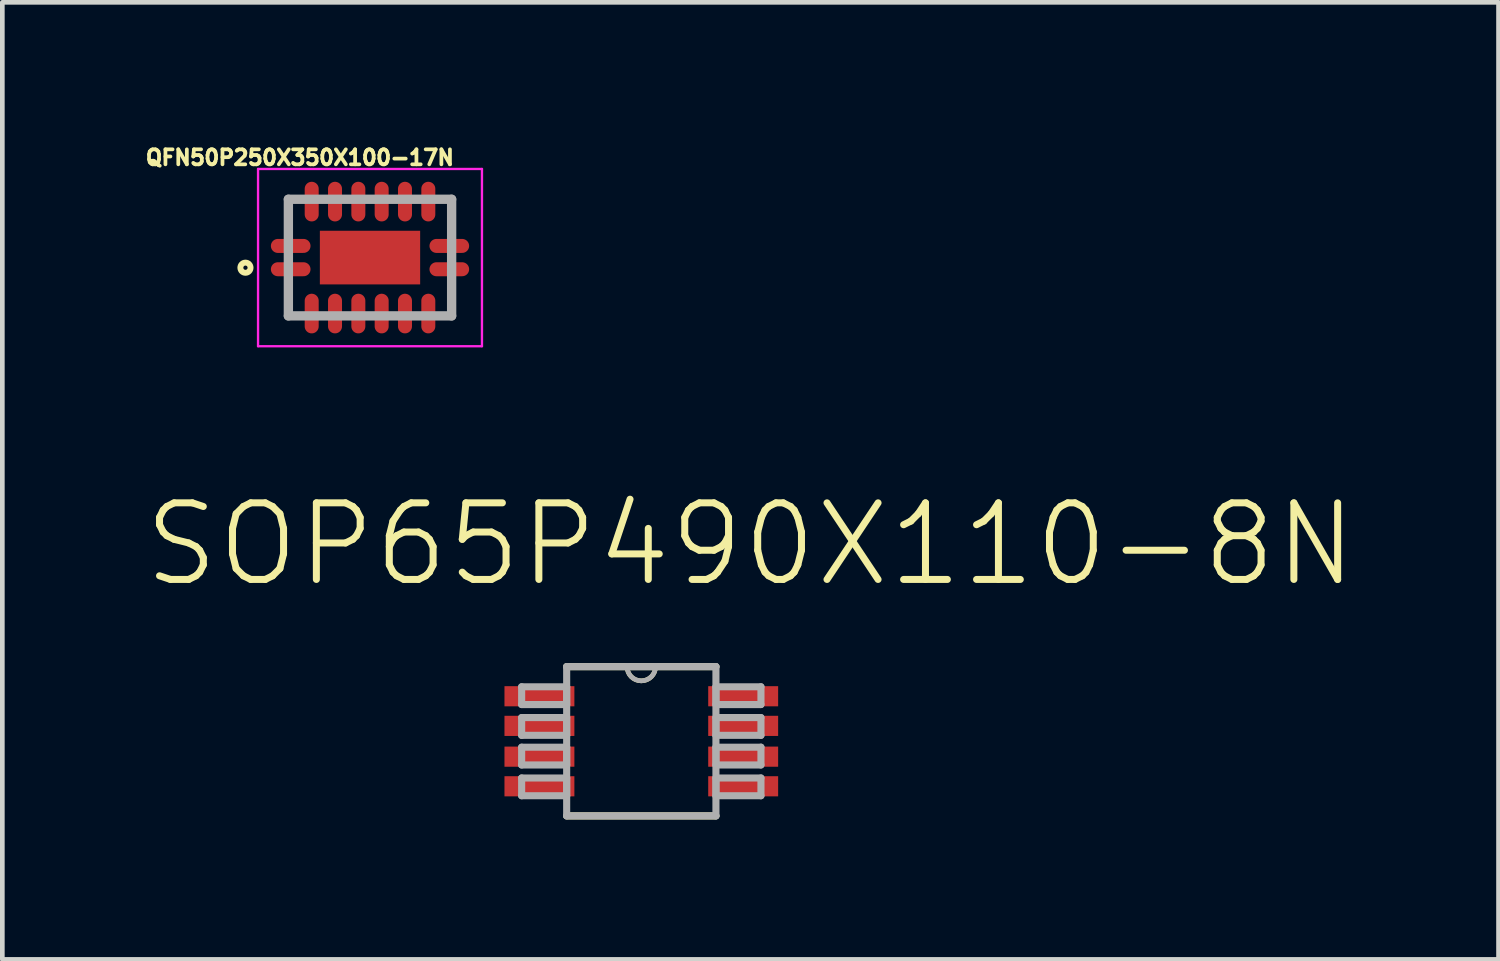
<source format=kicad_pcb>
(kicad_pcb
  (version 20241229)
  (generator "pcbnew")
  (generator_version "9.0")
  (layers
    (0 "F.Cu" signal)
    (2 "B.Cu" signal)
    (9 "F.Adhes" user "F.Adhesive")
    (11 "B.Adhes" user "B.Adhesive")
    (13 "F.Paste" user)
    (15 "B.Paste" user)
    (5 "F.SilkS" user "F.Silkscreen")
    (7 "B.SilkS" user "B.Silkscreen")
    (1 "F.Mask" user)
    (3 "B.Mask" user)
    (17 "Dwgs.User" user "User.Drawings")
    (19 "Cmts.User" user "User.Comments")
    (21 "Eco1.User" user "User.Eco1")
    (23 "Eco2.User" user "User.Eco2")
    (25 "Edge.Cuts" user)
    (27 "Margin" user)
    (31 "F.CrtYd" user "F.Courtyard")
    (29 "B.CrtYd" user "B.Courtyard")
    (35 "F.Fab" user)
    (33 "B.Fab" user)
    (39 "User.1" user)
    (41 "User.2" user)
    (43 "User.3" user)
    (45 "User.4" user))
  (footprint "SOP65P490X110-8N"
    (layer "F.Cu")
    (at 10.698 12.841)
    (property "Reference" "SOP65P490X110-8N" (at 2.339 -4.221 0) (layer "F.SilkS") (effects (font (size 1.642 1.642) (thickness 0.15))))
    (attr through_hole)
    (fp_line (start -1.6 1.6) (end 1.6 1.6) (stroke (width 0.152) (type solid)) (layer "F.SilkS"))
    (fp_line (start -0.305 -1.6) (end -1.6 -1.6) (stroke (width 0.152) (type solid)) (layer "F.SilkS"))
    (fp_line (start 0.305 -1.6) (end -0.305 -1.6) (stroke (width 0.152) (type solid)) (layer "F.SilkS"))
    (fp_line (start 1.6 -1.6) (end 0.305 -1.6) (stroke (width 0.152) (type solid)) (layer "F.SilkS"))
    (fp_arc (start 0.3048 -1.6002) (mid 0 -1.2954) (end -0.3048 -1.6002) (stroke (width 0.1) (type solid)) (layer "F.SilkS"))
    (fp_line (start -2.565 -1.168) (end -2.565 -0.787) (stroke (width 0.152) (type solid)) (layer "F.Fab"))
    (fp_line (start -2.565 -0.787) (end -1.6 -0.787) (stroke (width 0.152) (type solid)) (layer "F.Fab"))
    (fp_line (start -2.565 -0.508) (end -2.565 -0.127) (stroke (width 0.152) (type solid)) (layer "F.Fab"))
    (fp_line (start -2.565 -0.127) (end -1.6 -0.127) (stroke (width 0.152) (type solid)) (layer "F.Fab"))
    (fp_line (start -2.565 0.127) (end -2.565 0.508) (stroke (width 0.152) (type solid)) (layer "F.Fab"))
    (fp_line (start -2.565 0.508) (end -1.6 0.508) (stroke (width 0.152) (type solid)) (layer "F.Fab"))
    (fp_line (start -2.565 0.787) (end -2.565 1.168) (stroke (width 0.152) (type solid)) (layer "F.Fab"))
    (fp_line (start -2.565 1.168) (end -1.6 1.168) (stroke (width 0.152) (type solid)) (layer "F.Fab"))
    (fp_line (start -1.6 -1.6) (end -1.6 1.6) (stroke (width 0.152) (type solid)) (layer "F.Fab"))
    (fp_line (start -1.6 -1.168) (end -2.565 -1.168) (stroke (width 0.152) (type solid)) (layer "F.Fab"))
    (fp_line (start -1.6 -0.787) (end -1.6 -1.168) (stroke (width 0.152) (type solid)) (layer "F.Fab"))
    (fp_line (start -1.6 -0.508) (end -2.565 -0.508) (stroke (width 0.152) (type solid)) (layer "F.Fab"))
    (fp_line (start -1.6 -0.127) (end -1.6 -0.508) (stroke (width 0.152) (type solid)) (layer "F.Fab"))
    (fp_line (start -1.6 0.127) (end -2.565 0.127) (stroke (width 0.152) (type solid)) (layer "F.Fab"))
    (fp_line (start -1.6 0.508) (end -1.6 0.127) (stroke (width 0.152) (type solid)) (layer "F.Fab"))
    (fp_line (start -1.6 0.787) (end -2.565 0.787) (stroke (width 0.152) (type solid)) (layer "F.Fab"))
    (fp_line (start -1.6 1.168) (end -1.6 0.787) (stroke (width 0.152) (type solid)) (layer "F.Fab"))
    (fp_line (start -1.6 1.6) (end 1.6 1.6) (stroke (width 0.152) (type solid)) (layer "F.Fab"))
    (fp_line (start -0.305 -1.6) (end -1.6 -1.6) (stroke (width 0.152) (type solid)) (layer "F.Fab"))
    (fp_line (start 0.305 -1.6) (end -0.305 -1.6) (stroke (width 0.152) (type solid)) (layer "F.Fab"))
    (fp_line (start 1.6 -1.6) (end 0.305 -1.6) (stroke (width 0.152) (type solid)) (layer "F.Fab"))
    (fp_line (start 1.6 -1.168) (end 1.6 -0.787) (stroke (width 0.152) (type solid)) (layer "F.Fab"))
    (fp_line (start 1.6 -0.787) (end 2.565 -0.787) (stroke (width 0.152) (type solid)) (layer "F.Fab"))
    (fp_line (start 1.6 -0.508) (end 1.6 -0.127) (stroke (width 0.152) (type solid)) (layer "F.Fab"))
    (fp_line (start 1.6 -0.127) (end 2.565 -0.127) (stroke (width 0.152) (type solid)) (layer "F.Fab"))
    (fp_line (start 1.6 0.127) (end 1.6 0.508) (stroke (width 0.152) (type solid)) (layer "F.Fab"))
    (fp_line (start 1.6 0.508) (end 2.565 0.508) (stroke (width 0.152) (type solid)) (layer "F.Fab"))
    (fp_line (start 1.6 0.787) (end 1.6 1.168) (stroke (width 0.152) (type solid)) (layer "F.Fab"))
    (fp_line (start 1.6 1.168) (end 2.565 1.168) (stroke (width 0.152) (type solid)) (layer "F.Fab"))
    (fp_line (start 1.6 1.6) (end 1.6 -1.6) (stroke (width 0.152) (type solid)) (layer "F.Fab"))
    (fp_line (start 2.565 -1.168) (end 1.6 -1.168) (stroke (width 0.152) (type solid)) (layer "F.Fab"))
    (fp_line (start 2.565 -0.787) (end 2.565 -1.168) (stroke (width 0.152) (type solid)) (layer "F.Fab"))
    (fp_line (start 2.565 -0.508) (end 1.6 -0.508) (stroke (width 0.152) (type solid)) (layer "F.Fab"))
    (fp_line (start 2.565 -0.127) (end 2.565 -0.508) (stroke (width 0.152) (type solid)) (layer "F.Fab"))
    (fp_line (start 2.565 0.127) (end 1.6 0.127) (stroke (width 0.152) (type solid)) (layer "F.Fab"))
    (fp_line (start 2.565 0.508) (end 2.565 0.127) (stroke (width 0.152) (type solid)) (layer "F.Fab"))
    (fp_line (start 2.565 0.787) (end 1.6 0.787) (stroke (width 0.152) (type solid)) (layer "F.Fab"))
    (fp_line (start 2.565 1.168) (end 2.565 0.787) (stroke (width 0.152) (type solid)) (layer "F.Fab"))
    (fp_arc (start 0.3048 -1.6002) (mid 0 -1.2954) (end -0.3048 -1.6002) (stroke (width 0.1) (type solid)) (layer "F.Fab"))
    (pad "1" smd rect (at -2.184 -0.965) (size 1.499 0.432) (layers "F.Cu" "F.Mask" "F.Paste"))
    (pad "2" smd rect (at -2.184 -0.33) (size 1.499 0.432) (layers "F.Cu" "F.Mask" "F.Paste"))
    (pad "3" smd rect (at -2.184 0.33) (size 1.499 0.432) (layers "F.Cu" "F.Mask" "F.Paste"))
    (pad "4" smd rect (at -2.184 0.965) (size 1.499 0.432) (layers "F.Cu" "F.Mask" "F.Paste"))
    (pad "5" smd rect (at 2.184 0.965) (size 1.499 0.432) (layers "F.Cu" "F.Mask" "F.Paste"))
    (pad "6" smd rect (at 2.184 0.33) (size 1.499 0.432) (layers "F.Cu" "F.Mask" "F.Paste"))
    (pad "7" smd rect (at 2.184 -0.33) (size 1.499 0.432) (layers "F.Cu" "F.Mask" "F.Paste"))
    (pad "8" smd rect (at 2.184 -0.965) (size 1.499 0.432) (layers "F.Cu" "F.Mask" "F.Paste")))
  (footprint "QFN50P250X350X100-17N"
    (layer "F.Cu")
    (at 4.882 2.472)
    (property "Reference" "QFN50P250X350X100-17N" (at -1.504 -2.144 0) (layer "F.SilkS") (effects (font (size 0.321 0.321) (thickness 0.15))))
    (attr through_hole)
    (fp_circle (center -2.67 0.217) (end -2.561 0.217) (stroke (width 0.127) (type solid)) (fill no) (layer "F.SilkS"))
    (fp_poly (pts (xy -0.807 -0.305) (xy 0.805 -0.305) (xy 0.805 0.306) (xy -0.807 0.306)) (stroke (width 0.01) (type solid)) (fill yes) (layer "F.Paste"))
    (fp_line (start -2.4 -1.9) (end 2.4 -1.9) (stroke (width 0.05) (type solid)) (layer "F.CrtYd"))
    (fp_line (start -2.4 1.9) (end -2.4 -1.9) (stroke (width 0.05) (type solid)) (layer "F.CrtYd"))
    (fp_line (start 2.4 -1.9) (end 2.4 1.9) (stroke (width 0.05) (type solid)) (layer "F.CrtYd"))
    (fp_line (start 2.4 1.9) (end -2.4 1.9) (stroke (width 0.05) (type solid)) (layer "F.CrtYd"))
    (fp_line (start -1.75 -1.25) (end -1.75 1.25) (stroke (width 0.2) (type solid)) (layer "F.Fab"))
    (fp_line (start 1.75 -1.25) (end -1.75 -1.25) (stroke (width 0.2) (type solid)) (layer "F.Fab"))
    (fp_line (start 1.75 -1.25) (end 1.75 1.25) (stroke (width 0.2) (type solid)) (layer "F.Fab"))
    (fp_line (start 1.75 1.25) (end -1.75 1.25) (stroke (width 0.2) (type solid)) (layer "F.Fab"))
    (pad "1" smd oval (at -1.7 0.25 180) (size 0.85 0.3) (layers "F.Cu" "F.Mask" "F.Paste"))
    (pad "2" smd oval (at -1.25 1.2 90) (size 0.85 0.3) (layers "F.Cu" "F.Mask" "F.Paste"))
    (pad "3" smd oval (at -0.75 1.2 90) (size 0.85 0.3) (layers "F.Cu" "F.Mask" "F.Paste"))
    (pad "4" smd oval (at -0.25 1.2 90) (size 0.85 0.3) (layers "F.Cu" "F.Mask" "F.Paste"))
    (pad "5" smd oval (at 0.25 1.2 90) (size 0.85 0.3) (layers "F.Cu" "F.Mask" "F.Paste"))
    (pad "6" smd oval (at 0.75 1.2 90) (size 0.85 0.3) (layers "F.Cu" "F.Mask" "F.Paste"))
    (pad "7" smd oval (at 1.25 1.2 90) (size 0.85 0.3) (layers "F.Cu" "F.Mask" "F.Paste"))
    (pad "8" smd oval (at 1.7 0.25 180) (size 0.85 0.3) (layers "F.Cu" "F.Mask" "F.Paste"))
    (pad "9" smd oval (at 1.7 -0.25 180) (size 0.85 0.3) (layers "F.Cu" "F.Mask" "F.Paste"))
    (pad "10" smd oval (at 1.25 -1.2 90) (size 0.85 0.3) (layers "F.Cu" "F.Mask" "F.Paste"))
    (pad "11" smd oval (at 0.75 -1.2 90) (size 0.85 0.3) (layers "F.Cu" "F.Mask" "F.Paste"))
    (pad "12" smd oval (at 0.25 -1.2 90) (size 0.85 0.3) (layers "F.Cu" "F.Mask" "F.Paste"))
    (pad "13" smd oval (at -0.25 -1.2 90) (size 0.85 0.3) (layers "F.Cu" "F.Mask" "F.Paste"))
    (pad "14" smd oval (at -0.75 -1.2 90) (size 0.85 0.3) (layers "F.Cu" "F.Mask" "F.Paste"))
    (pad "15" smd oval (at -1.25 -1.2 90) (size 0.85 0.3) (layers "F.Cu" "F.Mask" "F.Paste"))
    (pad "16" smd oval (at -1.7 -0.25 180) (size 0.85 0.3) (layers "F.Cu" "F.Mask" "F.Paste"))
    (pad "17" smd rect (at 0 0) (size 2.15 1.15) (layers "F.Cu" "F.Mask")))
  (gr_rect
    (start -3 -3)
    (end 29.075 17.517)
    (stroke (width 0.1) (type default))
    (fill no)
    (layer "Edge.Cuts")))
</source>
